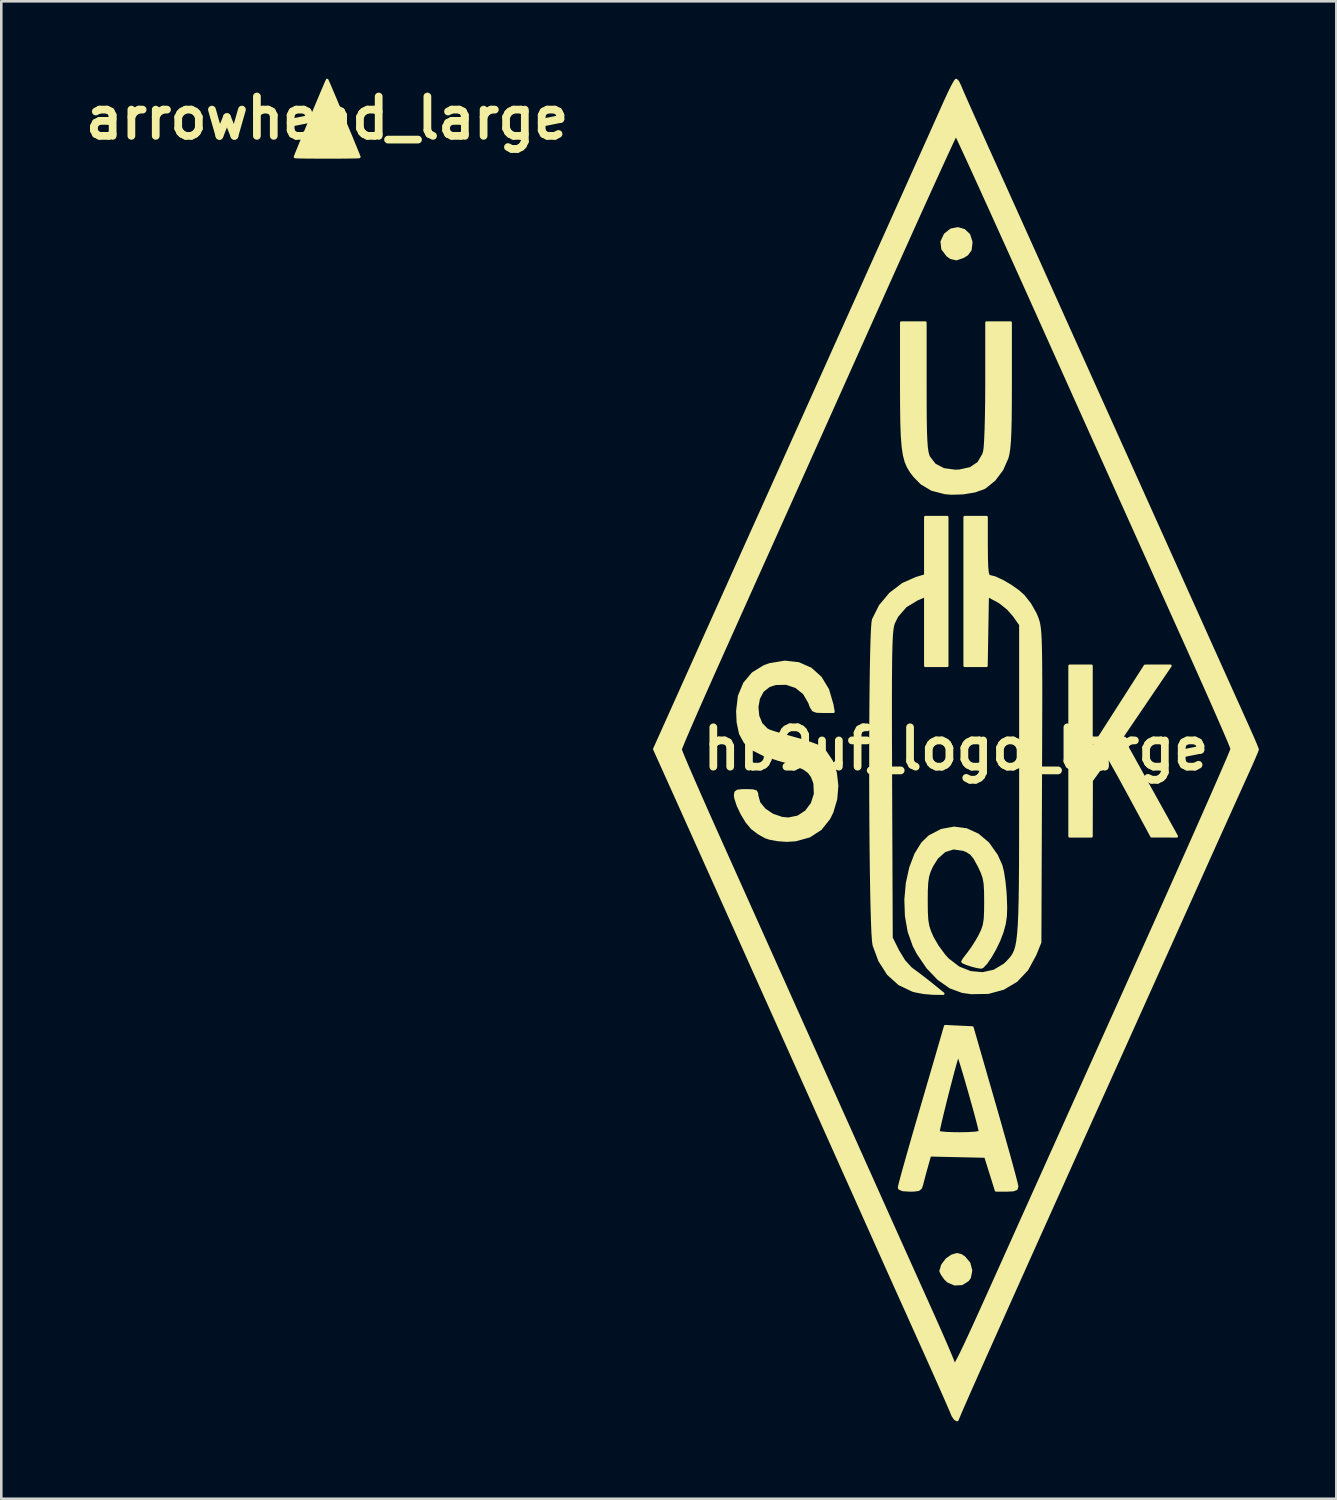
<source format=kicad_pcb>
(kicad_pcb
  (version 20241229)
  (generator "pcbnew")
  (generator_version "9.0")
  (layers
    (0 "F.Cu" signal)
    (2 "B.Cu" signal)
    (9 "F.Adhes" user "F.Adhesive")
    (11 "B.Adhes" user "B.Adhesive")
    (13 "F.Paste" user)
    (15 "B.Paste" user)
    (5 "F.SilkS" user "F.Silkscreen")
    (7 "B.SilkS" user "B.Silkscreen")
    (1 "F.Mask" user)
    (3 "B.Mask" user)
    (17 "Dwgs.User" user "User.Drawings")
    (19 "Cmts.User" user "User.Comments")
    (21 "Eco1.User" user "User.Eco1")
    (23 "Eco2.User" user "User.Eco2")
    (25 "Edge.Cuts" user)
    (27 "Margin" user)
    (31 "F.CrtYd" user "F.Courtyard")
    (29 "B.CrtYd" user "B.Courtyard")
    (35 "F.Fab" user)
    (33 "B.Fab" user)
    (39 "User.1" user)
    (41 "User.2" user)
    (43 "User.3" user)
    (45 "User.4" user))
  (footprint "arrowhead_large"
    (layer "F.Cu")
    (at 9.623 1.523)
    (property "Reference" "arrowhead_large" (at 0 0 0) (layer "F.SilkS") (effects (font (size 1.524 1.524) (thickness 0.3))))
    (attr through_hole)
    (fp_poly (pts (xy 1.245 1.505) (xy 1.22 1.509) (xy 1.151 1.513) (xy 1.043 1.516) (xy 0.901 1.518) (xy 0.733 1.52) (xy 0.543 1.522) (xy 0.339 1.523) (xy 0.125 1.524) (xy -0.093 1.524) (xy -0.308 1.523) (xy -0.514 1.522) (xy -0.707 1.521) (xy -0.878 1.519) (xy -1.024 1.516) (xy -1.138 1.513) (xy -1.213 1.51) (xy -1.244 1.506) (xy -1.245 1.505) (xy -1.235 1.478) (xy -1.208 1.409) (xy -1.166 1.303) (xy -1.109 1.165) (xy -1.042 1) (xy -0.964 0.813) (xy -0.879 0.608) (xy -0.789 0.39) (xy -0.695 0.164) (xy -0.599 -0.064) (xy -0.504 -0.291) (xy -0.411 -0.512) (xy -0.323 -0.721) (xy -0.242 -0.914) (xy -0.169 -1.086) (xy -0.106 -1.233) (xy -0.057 -1.349) (xy -0.021 -1.429) (xy -0.002 -1.469) (xy 0 -1.473) (xy 0.011 -1.451) (xy 0.04 -1.386) (xy 0.085 -1.284) (xy 0.142 -1.149) (xy 0.211 -0.987) (xy 0.29 -0.801) (xy 0.375 -0.598) (xy 0.466 -0.382) (xy 0.561 -0.157) (xy 0.656 0.072) (xy 0.751 0.3) (xy 0.843 0.521) (xy 0.931 0.732) (xy 1.011 0.927) (xy 1.083 1.101) (xy 1.144 1.251) (xy 1.193 1.37) (xy 1.226 1.454) (xy 1.243 1.499) (xy 1.245 1.505)) (stroke (width 0.1) (type solid)) (fill yes) (layer "F.SilkS")))
  (footprint "hb9uf_logo_large"
    (layer "F.Cu")
    (at 33.98 25.958)
    (property "Reference" "hb9uf_logo_large" (at 0 0 0) (layer "F.SilkS") (effects (font (size 1.524 1.524) (thickness 0.3))))
    (attr board_only exclude_from_pos_files exclude_from_bom allow_missing_courtyard)
    (fp_poly (pts (xy 0.591 -19.594) (xy 0.557 -19.329) (xy 0.431 -19.157) (xy 0.281 -19.063) (xy 0.02 -18.973) (xy -0.201 -19.024) (xy -0.326 -19.113) (xy -0.518 -19.366) (xy -0.55 -19.646) (xy -0.422 -19.921) (xy -0.19 -20.107) (xy 0.07 -20.159) (xy 0.315 -20.089) (xy 0.503 -19.913) (xy 0.59 -19.644) (xy 0.591 -19.594)) (stroke (width 0.1) (type solid)) (fill yes) (layer "F.SilkS"))
    (fp_poly (pts (xy 0.583 20.204) (xy 0.532 20.472) (xy 0.458 20.582) (xy 0.228 20.724) (xy -0.047 20.737) (xy -0.307 20.627) (xy -0.417 20.52) (xy -0.537 20.349) (xy -0.592 20.233) (xy -0.593 20.228) (xy -0.524 19.998) (xy -0.353 19.774) (xy -0.153 19.636) (xy 0.044 19.579) (xy 0.204 19.622) (xy 0.323 19.702) (xy 0.511 19.928) (xy 0.583 20.204)) (stroke (width 0.1) (type solid)) (fill yes) (layer "F.SilkS"))
    (fp_poly (pts (xy 8.553 3.387) (xy 8.065 3.386) (xy 7.578 3.386) (xy 6.95 2.222) (xy 6.715 1.787) (xy 6.49 1.375) (xy 6.297 1.021) (xy 6.154 0.765) (xy 6.114 0.694) (xy 5.905 0.329) (xy 5.58 0.778) (xy 5.255 1.228) (xy 5.252 2.307) (xy 5.249 3.387) (xy 4.826 3.387) (xy 4.403 3.387) (xy 4.403 0.085) (xy 4.403 -3.217) (xy 4.826 -3.217) (xy 5.249 -3.217) (xy 5.249 -1.596) (xy 5.249 0.026) (xy 6.287 -1.595) (xy 7.324 -3.215) (xy 7.815 -3.216) (xy 8.307 -3.217) (xy 7.367 -1.833) (xy 6.427 -0.449) (xy 7.244 1.024) (xy 7.514 1.511) (xy 7.772 1.978) (xy 8.003 2.394) (xy 8.187 2.725) (xy 8.306 2.941) (xy 8.307 2.942) (xy 8.553 3.387)) (stroke (width 0.1) (type solid)) (fill yes) (layer "F.SilkS"))
    (fp_poly (pts (xy 2.117 -14.112) (xy 2.115 -13.361) (xy 2.109 -12.758) (xy 2.097 -12.284) (xy 2.08 -11.917) (xy 2.055 -11.638) (xy 2.023 -11.426) (xy 1.986 -11.275) (xy 1.786 -10.822) (xy 1.487 -10.424) (xy 1.13 -10.135) (xy 1.075 -10.104) (xy 0.722 -9.98) (xy 0.278 -9.907) (xy -0.185 -9.893) (xy -0.432 -9.916) (xy -0.932 -10.045) (xy -1.333 -10.286) (xy -1.603 -10.56) (xy -1.742 -10.741) (xy -1.854 -10.925) (xy -1.941 -11.133) (xy -2.007 -11.385) (xy -2.054 -11.703) (xy -2.086 -12.105) (xy -2.105 -12.614) (xy -2.114 -13.248) (xy -2.117 -14.03) (xy -2.117 -14.112) (xy -2.117 -16.51) (xy -1.651 -16.51) (xy -1.185 -16.51) (xy -1.185 -14.046) (xy -1.184 -13.311) (xy -1.18 -12.725) (xy -1.171 -12.269) (xy -1.157 -11.925) (xy -1.138 -11.672) (xy -1.111 -11.49) (xy -1.076 -11.361) (xy -1.052 -11.301) (xy -0.823 -11.006) (xy -0.477 -10.825) (xy -0.029 -10.764) (xy 0.139 -10.771) (xy 0.566 -10.866) (xy 0.872 -11.073) (xy 1.067 -11.403) (xy 1.1 -11.508) (xy 1.123 -11.672) (xy 1.143 -11.979) (xy 1.16 -12.405) (xy 1.173 -12.925) (xy 1.182 -13.513) (xy 1.185 -14.143) (xy 1.185 -14.161) (xy 1.185 -16.51) (xy 1.651 -16.51) (xy 2.117 -16.51) (xy 2.117 -14.112)) (stroke (width 0.1) (type solid)) (fill yes) (layer "F.SilkS"))
    (fp_poly (pts (xy -0.339 -3.217) (xy -0.762 -3.217) (xy -1.185 -3.217) (xy -1.185 -4.573) (xy -1.185 -5.929) (xy -1.503 -5.796) (xy -1.952 -5.524) (xy -2.284 -5.139) (xy -2.415 -4.875) (xy -2.44 -4.791) (xy -2.462 -4.678) (xy -2.481 -4.522) (xy -2.496 -4.311) (xy -2.508 -4.034) (xy -2.518 -3.679) (xy -2.524 -3.233) (xy -2.528 -2.685) (xy -2.53 -2.021) (xy -2.53 -1.231) (xy -2.528 -0.302) (xy -2.524 0.778) (xy -2.522 1.397) (xy -2.498 7.324) (xy -2.244 7.832) (xy -2.012 8.213) (xy -1.756 8.496) (xy -1.685 8.551) (xy -1.453 8.721) (xy -1.162 8.944) (xy -0.937 9.123) (xy -0.493 9.483) (xy -0.903 9.477) (xy -1.245 9.448) (xy -1.591 9.382) (xy -1.675 9.358) (xy -2.195 9.11) (xy -2.626 8.722) (xy -2.96 8.201) (xy -3.181 7.6) (xy -3.204 7.429) (xy -3.225 7.109) (xy -3.243 6.654) (xy -3.26 6.084) (xy -3.274 5.414) (xy -3.286 4.662) (xy -3.296 3.844) (xy -3.303 2.978) (xy -3.308 2.081) (xy -3.311 1.169) (xy -3.311 0.259) (xy -3.309 -0.631) (xy -3.304 -1.484) (xy -3.297 -2.284) (xy -3.287 -3.014) (xy -3.275 -3.657) (xy -3.26 -4.195) (xy -3.243 -4.611) (xy -3.223 -4.89) (xy -3.204 -5.004) (xy -2.937 -5.54) (xy -2.542 -6.011) (xy -2.053 -6.382) (xy -1.543 -6.608) (xy -1.185 -6.715) (xy -1.185 -7.845) (xy -1.185 -8.975) (xy -0.762 -8.975) (xy -0.339 -8.975) (xy -0.339 -6.096) (xy -0.339 -3.217)) (stroke (width 0.1) (type solid)) (fill yes) (layer "F.SilkS"))
    (fp_poly (pts (xy 2.369 16.954) (xy 2.339 17.046) (xy 2.22 17.091) (xy 1.974 17.103) (xy 1.963 17.103) (xy 1.554 17.103) (xy 1.349 16.447) (xy 1.143 15.79) (xy 0.933 15.786) (xy 0.933 14.838) (xy 0.912 14.725) (xy 0.854 14.488) (xy 0.766 14.157) (xy 0.658 13.765) (xy 0.539 13.342) (xy 0.418 12.919) (xy 0.303 12.528) (xy 0.204 12.2) (xy 0.129 11.966) (xy 0.087 11.857) (xy 0.083 11.853) (xy 0.052 11.93) (xy -0.01 12.141) (xy -0.096 12.452) (xy -0.197 12.834) (xy -0.306 13.254) (xy -0.414 13.681) (xy -0.513 14.084) (xy -0.596 14.43) (xy -0.654 14.689) (xy -0.679 14.828) (xy -0.679 14.838) (xy -0.6 14.865) (xy -0.388 14.887) (xy -0.081 14.899) (xy 0.127 14.901) (xy 0.473 14.895) (xy 0.745 14.878) (xy 0.905 14.854) (xy 0.933 14.838) (xy 0.933 15.786) (xy 0.067 15.767) (xy -1.01 15.743) (xy -1.136 16.19) (xy -1.22 16.491) (xy -1.291 16.763) (xy -1.318 16.87) (xy -1.366 17.01) (xy -1.458 17.079) (xy -1.643 17.101) (xy -1.787 17.103) (xy -2.062 17.085) (xy -2.188 17.029) (xy -2.201 16.989) (xy -2.178 16.882) (xy -2.113 16.633) (xy -2.012 16.263) (xy -1.879 15.792) (xy -1.722 15.24) (xy -1.546 14.628) (xy -1.45 14.3) (xy -1.259 13.643) (xy -1.076 13.016) (xy -0.909 12.444) (xy -0.765 11.95) (xy -0.652 11.56) (xy -0.576 11.299) (xy -0.558 11.236) (xy -0.416 10.745) (xy 0.109 10.77) (xy 0.635 10.795) (xy 1.501 13.801) (xy 1.698 14.489) (xy 1.879 15.13) (xy 2.04 15.704) (xy 2.175 16.193) (xy 2.278 16.577) (xy 2.344 16.837) (xy 2.369 16.954) (xy 2.369 16.954)) (stroke (width 0.1) (type solid)) (fill yes) (layer "F.SilkS"))
    (fp_poly (pts (xy -4.605 1.426) (xy -4.647 1.942) (xy -4.795 2.445) (xy -4.916 2.691) (xy -5.242 3.1) (xy -5.674 3.382) (xy -6.203 3.53) (xy -6.557 3.553) (xy -6.893 3.529) (xy -7.21 3.471) (xy -7.366 3.421) (xy -7.638 3.269) (xy -7.893 3.076) (xy -7.906 3.064) (xy -8.099 2.833) (xy -8.289 2.523) (xy -8.445 2.194) (xy -8.538 1.907) (xy -8.551 1.799) (xy -8.534 1.686) (xy -8.454 1.629) (xy -8.269 1.61) (xy -8.128 1.609) (xy -7.876 1.616) (xy -7.751 1.651) (xy -7.708 1.736) (xy -7.705 1.809) (xy -7.626 2.093) (xy -7.415 2.352) (xy -7.109 2.558) (xy -6.744 2.684) (xy -6.492 2.709) (xy -6.115 2.633) (xy -5.801 2.425) (xy -5.573 2.12) (xy -5.455 1.751) (xy -5.471 1.352) (xy -5.491 1.278) (xy -5.574 1.065) (xy -5.698 0.898) (xy -5.89 0.759) (xy -6.178 0.631) (xy -6.589 0.496) (xy -6.875 0.415) (xy -7.45 0.226) (xy -7.875 0.01) (xy -8.17 -0.255) (xy -8.354 -0.593) (xy -8.446 -1.027) (xy -8.466 -1.463) (xy -8.397 -2.045) (xy -8.193 -2.536) (xy -7.865 -2.925) (xy -7.42 -3.197) (xy -7.211 -3.271) (xy -6.626 -3.367) (xy -6.093 -3.307) (xy -5.629 -3.102) (xy -5.247 -2.76) (xy -4.963 -2.291) (xy -4.794 -1.714) (xy -4.746 -1.439) (xy -5.148 -1.439) (xy -5.394 -1.447) (xy -5.529 -1.497) (xy -5.614 -1.629) (xy -5.675 -1.796) (xy -5.881 -2.153) (xy -6.193 -2.403) (xy -6.572 -2.531) (xy -6.982 -2.523) (xy -7.241 -2.439) (xy -7.488 -2.244) (xy -7.641 -1.956) (xy -7.701 -1.619) (xy -7.669 -1.276) (xy -7.545 -0.971) (xy -7.33 -0.749) (xy -7.222 -0.694) (xy -7.027 -0.629) (xy -6.727 -0.539) (xy -6.38 -0.442) (xy -6.31 -0.423) (xy -5.957 -0.323) (xy -5.635 -0.22) (xy -5.406 -0.134) (xy -5.379 -0.122) (xy -5.055 0.122) (xy -4.814 0.483) (xy -4.662 0.928) (xy -4.605 1.426)) (stroke (width 0.1) (type solid)) (fill yes) (layer "F.SilkS"))
    (fp_poly (pts (xy 3.294 -1.894) (xy 3.292 -1.089) (xy 3.289 -0.145) (xy 3.285 0.951) (xy 3.283 1.428) (xy 3.26 7.493) (xy 3.063 7.979) (xy 2.753 8.547) (xy 2.34 8.984) (xy 1.835 9.284) (xy 1.249 9.443) (xy 0.592 9.454) (xy 0.247 9.404) (xy -0.217 9.233) (xy -0.673 8.915) (xy -1.099 8.47) (xy -1.473 7.919) (xy -1.626 7.626) (xy -1.82 7.082) (xy -1.927 6.477) (xy -1.949 5.842) (xy -1.893 5.21) (xy -1.763 4.613) (xy -1.563 4.084) (xy -1.297 3.654) (xy -1.028 3.395) (xy -0.556 3.15) (xy -0.072 3.062) (xy 0.404 3.124) (xy 0.85 3.328) (xy 1.247 3.665) (xy 1.574 4.128) (xy 1.75 4.518) (xy 1.81 4.758) (xy 1.865 5.109) (xy 1.907 5.512) (xy 1.92 5.715) (xy 1.935 6.16) (xy 1.923 6.496) (xy 1.878 6.786) (xy 1.796 7.087) (xy 1.791 7.103) (xy 1.671 7.417) (xy 1.513 7.745) (xy 1.339 8.05) (xy 1.171 8.294) (xy 1.033 8.44) (xy 0.974 8.466) (xy 0.821 8.443) (xy 0.612 8.389) (xy 0.409 8.322) (xy 0.275 8.263) (xy 0.254 8.242) (xy 0.304 8.153) (xy 0.427 7.99) (xy 0.47 7.938) (xy 0.636 7.711) (xy 0.821 7.416) (xy 0.915 7.248) (xy 1.02 7.033) (xy 1.086 6.836) (xy 1.124 6.608) (xy 1.14 6.301) (xy 1.143 5.927) (xy 1.139 5.513) (xy 1.121 5.217) (xy 1.08 4.989) (xy 1.006 4.777) (xy 0.89 4.532) (xy 0.889 4.53) (xy 0.731 4.24) (xy 0.591 4.064) (xy 0.424 3.955) (xy 0.289 3.902) (xy -0.094 3.846) (xy -0.438 3.953) (xy -0.737 4.22) (xy -0.931 4.53) (xy -1.027 4.741) (xy -1.089 4.942) (xy -1.124 5.181) (xy -1.14 5.502) (xy -1.143 5.884) (xy -1.139 6.316) (xy -1.121 6.626) (xy -1.081 6.865) (xy -1.012 7.08) (xy -0.917 7.298) (xy -0.72 7.641) (xy -0.465 7.989) (xy -0.314 8.157) (xy 0.104 8.477) (xy 0.564 8.658) (xy 1.033 8.7) (xy 1.483 8.602) (xy 1.883 8.362) (xy 1.996 8.254) (xy 2.089 8.154) (xy 2.169 8.057) (xy 2.238 7.949) (xy 2.297 7.82) (xy 2.346 7.657) (xy 2.386 7.447) (xy 2.418 7.18) (xy 2.444 6.843) (xy 2.463 6.424) (xy 2.477 5.911) (xy 2.487 5.292) (xy 2.493 4.555) (xy 2.496 3.688) (xy 2.497 2.679) (xy 2.498 1.515) (xy 2.498 1.171) (xy 2.498 -4.811) (xy 2.244 -5.172) (xy 2.008 -5.436) (xy 1.716 -5.67) (xy 1.609 -5.734) (xy 1.228 -5.935) (xy 1.204 -4.576) (xy 1.181 -3.217) (xy 0.76 -3.217) (xy 0.339 -3.217) (xy 0.339 -6.096) (xy 0.339 -8.975) (xy 0.762 -8.975) (xy 1.185 -8.975) (xy 1.185 -7.832) (xy 1.19 -7.342) (xy 1.203 -7.002) (xy 1.228 -6.794) (xy 1.266 -6.699) (xy 1.291 -6.688) (xy 1.503 -6.636) (xy 1.794 -6.503) (xy 2.114 -6.316) (xy 2.413 -6.105) (xy 2.614 -5.927) (xy 2.863 -5.611) (xy 3.075 -5.238) (xy 3.132 -5.106) (xy 3.165 -5.012) (xy 3.194 -4.917) (xy 3.219 -4.807) (xy 3.239 -4.669) (xy 3.256 -4.491) (xy 3.269 -4.262) (xy 3.279 -3.967) (xy 3.287 -3.596) (xy 3.291 -3.135) (xy 3.294 -2.572) (xy 3.294 -1.894)) (stroke (width 0.1) (type solid)) (fill yes) (layer "F.SilkS"))
    (fp_poly (pts (xy 11.684 0.023) (xy 11.651 0.117) (xy 11.56 0.332) (xy 11.427 0.637) (xy 11.267 0.991) (xy 11.156 1.235) (xy 10.984 1.616) (xy 10.757 2.119) (xy 10.683 2.282) (xy 10.683 0) (xy 10.648 -0.099) (xy 10.549 -0.338) (xy 10.393 -0.702) (xy 10.187 -1.176) (xy 9.937 -1.745) (xy 9.649 -2.394) (xy 9.33 -3.11) (xy 8.987 -3.876) (xy 8.826 -4.233) (xy 8.513 -4.928) (xy 8.139 -5.759) (xy 7.713 -6.706) (xy 7.244 -7.749) (xy 6.74 -8.871) (xy 6.209 -10.052) (xy 5.661 -11.272) (xy 5.103 -12.513) (xy 4.545 -13.755) (xy 3.995 -14.98) (xy 3.509 -16.063) (xy 3.025 -17.141) (xy 2.56 -18.175) (xy 2.119 -19.153) (xy 1.706 -20.066) (xy 1.327 -20.904) (xy 0.986 -21.655) (xy 0.688 -22.31) (xy 0.437 -22.858) (xy 0.238 -23.289) (xy 0.097 -23.592) (xy 0.017 -23.758) (xy 0 -23.787) (xy -0.04 -23.712) (xy -0.145 -23.494) (xy -0.307 -23.144) (xy -0.522 -22.676) (xy -0.785 -22.1) (xy -1.09 -21.429) (xy -1.432 -20.674) (xy -1.805 -19.846) (xy -2.204 -18.959) (xy -2.624 -18.023) (xy -2.705 -17.842) (xy -3.31 -16.491) (xy -3.856 -15.272) (xy -4.353 -14.162) (xy -4.812 -13.138) (xy -5.242 -12.177) (xy -5.655 -11.257) (xy -6.059 -10.354) (xy -6.466 -9.446) (xy -6.886 -8.51) (xy -7.329 -7.523) (xy -7.805 -6.463) (xy -8.324 -5.306) (xy -8.896 -4.029) (xy -9.005 -3.787) (xy -9.338 -3.043) (xy -9.649 -2.344) (xy -9.931 -1.707) (xy -10.177 -1.146) (xy -10.38 -0.677) (xy -10.534 -0.315) (xy -10.632 -0.077) (xy -10.668 0.023) (xy -10.668 0.024) (xy -10.634 0.121) (xy -10.538 0.356) (xy -10.386 0.714) (xy -10.185 1.178) (xy -9.942 1.733) (xy -9.664 2.362) (xy -9.358 3.05) (xy -9.093 3.642) (xy -8.715 4.485) (xy -8.313 5.381) (xy -7.902 6.298) (xy -7.497 7.201) (xy -7.113 8.057) (xy -6.765 8.833) (xy -6.469 9.494) (xy -6.417 9.61) (xy -5.846 10.883) (xy -5.339 12.014) (xy -4.889 13.016) (xy -4.492 13.902) (xy -4.141 14.684) (xy -3.831 15.377) (xy -3.556 15.991) (xy -3.309 16.54) (xy -3.087 17.037) (xy -2.882 17.494) (xy -2.773 17.738) (xy -2.545 18.246) (xy -2.267 18.866) (xy -1.956 19.558) (xy -1.631 20.28) (xy -1.312 20.99) (xy -1.088 21.487) (xy -0.831 22.061) (xy -0.598 22.587) (xy -0.398 23.044) (xy -0.241 23.413) (xy -0.134 23.672) (xy -0.086 23.802) (xy -0.085 23.812) (xy -0.077 23.86) (xy -0.049 23.854) (xy 0.005 23.781) (xy 0.088 23.632) (xy 0.207 23.396) (xy 0.367 23.062) (xy 0.573 22.618) (xy 0.831 22.054) (xy 1.145 21.36) (xy 1.522 20.523) (xy 1.613 20.32) (xy 1.867 19.755) (xy 2.183 19.052) (xy 2.553 18.227) (xy 2.972 17.296) (xy 3.431 16.275) (xy 3.923 15.18) (xy 4.441 14.027) (xy 4.978 12.833) (xy 5.526 11.614) (xy 6.079 10.385) (xy 6.628 9.163) (xy 6.922 8.509) (xy 7.428 7.383) (xy 7.914 6.299) (xy 8.375 5.267) (xy 8.807 4.297) (xy 9.206 3.4) (xy 9.567 2.586) (xy 9.885 1.864) (xy 10.156 1.246) (xy 10.376 0.74) (xy 10.54 0.358) (xy 10.644 0.108) (xy 10.683 0.002) (xy 10.683 0) (xy 10.683 2.282) (xy 10.484 2.725) (xy 10.171 3.418) (xy 9.827 4.182) (xy 9.46 5) (xy 9.076 5.854) (xy 8.72 6.646) (xy 8.316 7.545) (xy 7.913 8.442) (xy 7.519 9.317) (xy 7.144 10.152) (xy 6.796 10.925) (xy 6.484 11.619) (xy 6.217 12.212) (xy 6.004 12.685) (xy 5.883 12.954) (xy 5.303 14.239) (xy 4.734 15.503) (xy 4.178 16.738) (xy 3.64 17.935) (xy 3.124 19.083) (xy 2.634 20.175) (xy 2.175 21.199) (xy 1.751 22.149) (xy 1.365 23.013) (xy 1.021 23.783) (xy 0.725 24.449) (xy 0.48 25.003) (xy 0.29 25.435) (xy 0.16 25.735) (xy 0.093 25.895) (xy 0.085 25.919) (xy 0.049 25.999) (xy -0.034 25.958) (xy -0.125 25.823) (xy -0.151 25.76) (xy -0.205 25.628) (xy -0.32 25.363) (xy -0.487 24.983) (xy -0.697 24.509) (xy -0.941 23.961) (xy -1.211 23.359) (xy -1.397 22.945) (xy -1.716 22.235) (xy -2.05 21.492) (xy -2.383 20.752) (xy -2.698 20.05) (xy -2.979 19.423) (xy -3.21 18.905) (xy -3.259 18.796) (xy -3.418 18.44) (xy -3.64 17.944) (xy -3.917 17.324) (xy -4.245 16.593) (xy -4.615 15.766) (xy -5.022 14.858) (xy -5.458 13.884) (xy -5.917 12.859) (xy -6.393 11.797) (xy -6.879 10.713) (xy -7.369 9.621) (xy -7.855 8.537) (xy -8.331 7.475) (xy -8.791 6.449) (xy -9.228 5.475) (xy -9.635 4.568) (xy -10.006 3.741) (xy -10.334 3.01) (xy -10.613 2.389) (xy -10.835 1.894) (xy -10.971 1.592) (xy -11.684 0.009) (xy -9.943 -3.869) (xy -9.572 -4.695) (xy -9.197 -5.529) (xy -8.83 -6.346) (xy -8.481 -7.123) (xy -8.161 -7.836) (xy -7.879 -8.463) (xy -7.647 -8.978) (xy -7.496 -9.313) (xy -7.269 -9.819) (xy -6.992 -10.435) (xy -6.672 -11.147) (xy -6.315 -11.942) (xy -5.926 -12.806) (xy -5.513 -13.726) (xy -5.081 -14.688) (xy -4.636 -15.68) (xy -4.184 -16.686) (xy -3.731 -17.695) (xy -3.284 -18.693) (xy -2.847 -19.665) (xy -2.428 -20.599) (xy -2.032 -21.482) (xy -1.666 -22.299) (xy -1.335 -23.037) (xy -1.045 -23.683) (xy -0.803 -24.223) (xy -0.615 -24.644) (xy -0.486 -24.933) (xy -0.438 -25.04) (xy -0.279 -25.387) (xy -0.141 -25.668) (xy -0.039 -25.851) (xy 0.007 -25.908) (xy 0.077 -25.838) (xy 0.154 -25.675) (xy 0.21 -25.541) (xy 0.327 -25.274) (xy 0.494 -24.895) (xy 0.703 -24.426) (xy 0.945 -23.886) (xy 1.209 -23.298) (xy 1.312 -23.072) (xy 1.621 -22.386) (xy 1.981 -21.588) (xy 2.372 -20.721) (xy 2.774 -19.827) (xy 3.169 -18.95) (xy 3.536 -18.131) (xy 3.656 -17.865) (xy 4.002 -17.095) (xy 4.374 -16.267) (xy 4.755 -15.42) (xy 5.127 -14.594) (xy 5.472 -13.827) (xy 5.773 -13.159) (xy 5.885 -12.912) (xy 6.111 -12.41) (xy 6.395 -11.779) (xy 6.727 -11.043) (xy 7.094 -10.227) (xy 7.486 -9.355) (xy 7.892 -8.453) (xy 8.301 -7.544) (xy 8.701 -6.654) (xy 8.761 -6.519) (xy 9.139 -5.679) (xy 9.511 -4.852) (xy 9.868 -4.057) (xy 10.203 -3.313) (xy 10.506 -2.64) (xy 10.769 -2.057) (xy 10.983 -1.582) (xy 11.139 -1.235) (xy 11.183 -1.138) (xy 11.362 -0.739) (xy 11.513 -0.397) (xy 11.622 -0.139) (xy 11.679 0.004) (xy 11.684 0.023)) (stroke (width 0.1) (type solid)) (fill yes) (layer "F.SilkS")))
  (gr_rect
    (start -3 -3)
    (end 48.714 55.007)
    (stroke (width 0.1) (type default))
    (fill no)
    (layer "Edge.Cuts")))
</source>
